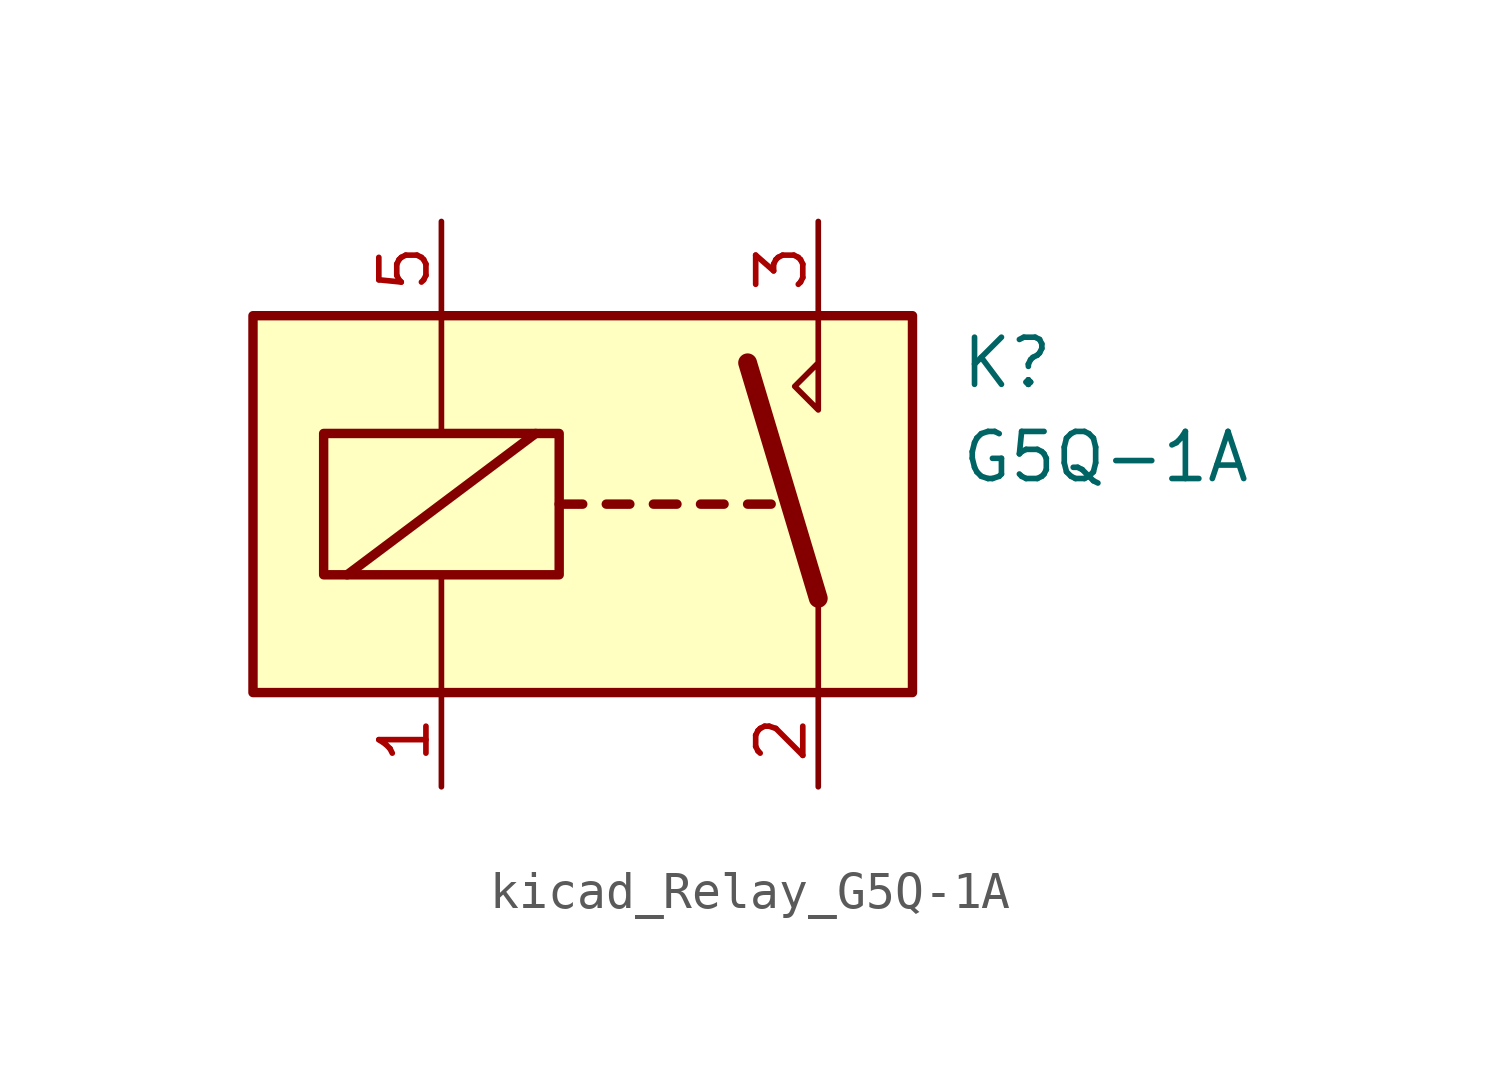
<source format=kicad_sym>
(kicad_symbol_lib
  (version 20220914)
  (generator kicad_symbol_editor)
  (symbol "kicad_Relay_G5Q-1A"
    (property "Reference" "K"
      (at 8.89 3.81 0)
      (effects (font (size 1.27 1.27)) (justify left)))
    (property "Value" "G5Q-1A"
      (at 8.89 1.27 0)
      (effects (font (size 1.27 1.27)) (justify left)))
    (symbol "kicad_Relay_G5Q-1A_0_0"
      (polyline (pts (xy 5.08 5.08) (xy 5.08 2.54) (xy 4.445 3.175) (xy 5.08 3.81)) (stroke (width 0) (type default)) (fill (type none))))
    (symbol "kicad_Relay_G5Q-1A_0_1"
      (rectangle (start -10.16 5.08) (end 7.62 -5.08) (stroke (width 0.254) (type default)) (fill (type background)))
      (rectangle (start -8.255 1.905) (end -1.905 -1.905) (stroke (width 0.254) (type default)) (fill (type none)))
      (polyline (pts (xy -7.62 -1.905) (xy -2.54 1.905)) (stroke (width 0.254) (type default)) (fill (type none)))
      (polyline (pts (xy -5.08 -5.08) (xy -5.08 -1.905)) (stroke (width 0) (type default)) (fill (type none)))
      (polyline (pts (xy -5.08 5.08) (xy -5.08 1.905)) (stroke (width 0) (type default)) (fill (type none)))
      (polyline (pts (xy -1.905 0) (xy -1.27 0)) (stroke (width 0.254) (type default)) (fill (type none)))
      (polyline (pts (xy -0.635 0) (xy 0 0)) (stroke (width 0.254) (type default)) (fill (type none)))
      (polyline (pts (xy 0.635 0) (xy 1.27 0)) (stroke (width 0.254) (type default)) (fill (type none)))
      (polyline (pts (xy 1.905 0) (xy 2.54 0)) (stroke (width 0.254) (type default)) (fill (type none)))
      (polyline (pts (xy 3.175 0) (xy 3.81 0)) (stroke (width 0.254) (type default)) (fill (type none)))
      (polyline (pts (xy 5.08 -2.54) (xy 3.175 3.81)) (stroke (width 0.508) (type default)) (fill (type none)))
      (polyline (pts (xy 5.08 -2.54) (xy 5.08 -5.08)) (stroke (width 0) (type default)) (fill (type none))))
    (symbol "kicad_Relay_G5Q-1A_1_1"
      (pin passive line (at -5.08 -7.62 90) (length 2.54) (name "~" (effects (font (size 1.27 1.27)))) (number "1" (effects (font (size 1.27 1.27)))))
      (pin passive line (at 5.08 -7.62 90) (length 2.54) (name "~" (effects (font (size 1.27 1.27)))) (number "2" (effects (font (size 1.27 1.27)))))
      (pin passive line (at 5.08 7.62 270) (length 2.54) (name "~" (effects (font (size 1.27 1.27)))) (number "3" (effects (font (size 1.27 1.27)))))
      (pin passive line (at -5.08 7.62 270) (length 2.54) (name "~" (effects (font (size 1.27 1.27)))) (number "5" (effects (font (size 1.27 1.27))))))))
</source>
